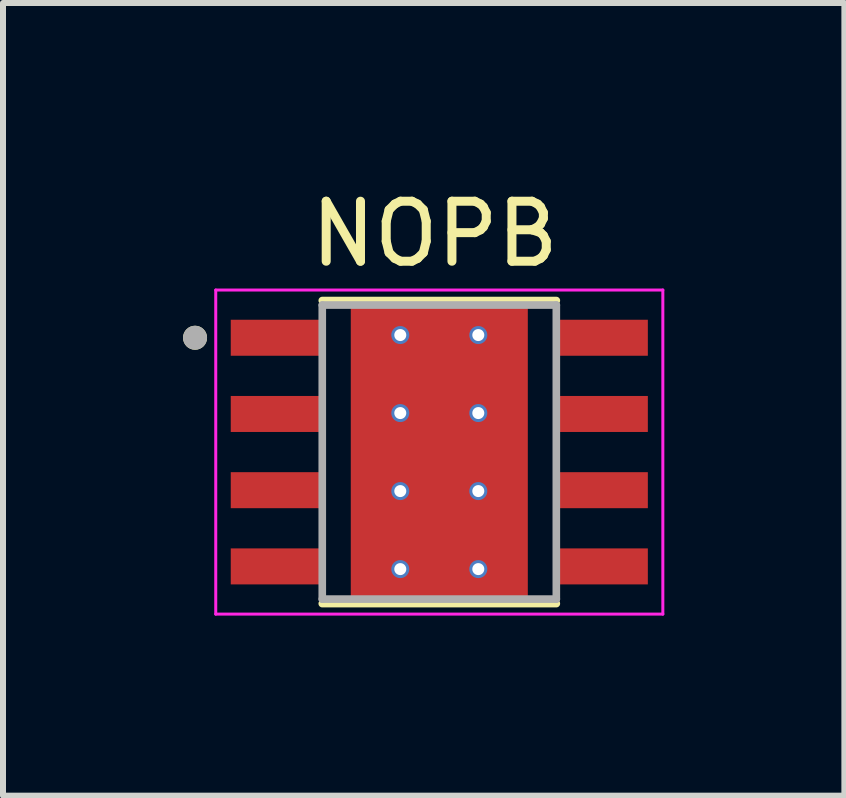
<source format=kicad_pcb>
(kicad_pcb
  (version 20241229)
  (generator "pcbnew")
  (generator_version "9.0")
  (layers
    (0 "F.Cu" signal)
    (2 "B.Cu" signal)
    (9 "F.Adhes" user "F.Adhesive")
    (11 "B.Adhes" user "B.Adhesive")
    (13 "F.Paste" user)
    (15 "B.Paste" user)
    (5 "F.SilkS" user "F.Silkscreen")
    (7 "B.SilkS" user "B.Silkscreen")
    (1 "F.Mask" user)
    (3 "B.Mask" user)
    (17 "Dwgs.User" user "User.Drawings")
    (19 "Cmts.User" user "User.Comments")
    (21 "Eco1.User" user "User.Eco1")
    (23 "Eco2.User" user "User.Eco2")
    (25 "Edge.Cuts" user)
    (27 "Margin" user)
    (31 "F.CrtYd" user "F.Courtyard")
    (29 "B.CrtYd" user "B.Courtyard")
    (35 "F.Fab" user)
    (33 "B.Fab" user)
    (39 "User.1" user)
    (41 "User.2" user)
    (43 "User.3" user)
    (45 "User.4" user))
  (footprint "NOPB"
    (layer "F.Cu")
    (at 4.27 4.483)
    (property "Reference" "NOPB" (at -0.075 -3.635 0) (layer "F.SilkS") (effects (font (size 1 1) (thickness 0.15))))
    (attr through_hole)
    (fp_poly (pts (xy -1.355 -1.7) (xy 1.355 -1.7) (xy 1.355 1.7) (xy -1.355 1.7)) (stroke (width 0.01) (type solid)) (fill yes) (layer "F.Mask"))
    (fp_poly (pts (xy -1.905 -1.535) (xy -3.495 -1.535) (xy -3.498 -1.535) (xy -3.5 -1.535) (xy -3.503 -1.536) (xy -3.505 -1.536) (xy -3.508 -1.537) (xy -3.51 -1.537) (xy -3.513 -1.538) (xy -3.515 -1.539) (xy -3.518 -1.54) (xy -3.52 -1.542) (xy -3.522 -1.543) (xy -3.524 -1.545) (xy -3.526 -1.546) (xy -3.528 -1.548) (xy -3.53 -1.55) (xy -3.532 -1.552) (xy -3.534 -1.554) (xy -3.535 -1.556) (xy -3.537 -1.558) (xy -3.538 -1.56) (xy -3.54 -1.562) (xy -3.541 -1.565) (xy -3.542 -1.567) (xy -3.543 -1.57) (xy -3.543 -1.572) (xy -3.544 -1.575) (xy -3.544 -1.577) (xy -3.545 -1.58) (xy -3.545 -1.582) (xy -3.545 -1.585) (xy -3.545 -2.225) (xy -3.545 -2.228) (xy -3.545 -2.23) (xy -3.544 -2.233) (xy -3.544 -2.235) (xy -3.543 -2.238) (xy -3.543 -2.24) (xy -3.542 -2.243) (xy -3.541 -2.245) (xy -3.54 -2.248) (xy -3.538 -2.25) (xy -3.537 -2.252) (xy -3.535 -2.254) (xy -3.534 -2.256) (xy -3.532 -2.258) (xy -3.53 -2.26) (xy -3.528 -2.262) (xy -3.526 -2.264) (xy -3.524 -2.265) (xy -3.522 -2.267) (xy -3.52 -2.268) (xy -3.518 -2.27) (xy -3.515 -2.271) (xy -3.513 -2.272) (xy -3.51 -2.273) (xy -3.508 -2.273) (xy -3.505 -2.274) (xy -3.503 -2.274) (xy -3.5 -2.275) (xy -3.498 -2.275) (xy -3.495 -2.275) (xy -1.905 -2.275) (xy -1.902 -2.275) (xy -1.9 -2.275) (xy -1.897 -2.274) (xy -1.895 -2.274) (xy -1.892 -2.273) (xy -1.89 -2.273) (xy -1.887 -2.272) (xy -1.885 -2.271) (xy -1.882 -2.27) (xy -1.88 -2.268) (xy -1.878 -2.267) (xy -1.876 -2.265) (xy -1.874 -2.264) (xy -1.872 -2.262) (xy -1.87 -2.26) (xy -1.868 -2.258) (xy -1.866 -2.256) (xy -1.865 -2.254) (xy -1.863 -2.252) (xy -1.862 -2.25) (xy -1.86 -2.248) (xy -1.859 -2.245) (xy -1.858 -2.243) (xy -1.857 -2.24) (xy -1.857 -2.238) (xy -1.856 -2.235) (xy -1.856 -2.233) (xy -1.855 -2.23) (xy -1.855 -2.228) (xy -1.855 -2.225) (xy -1.855 -1.585) (xy -1.855 -1.582) (xy -1.855 -1.58) (xy -1.856 -1.577) (xy -1.856 -1.575) (xy -1.857 -1.572) (xy -1.857 -1.57) (xy -1.858 -1.567) (xy -1.859 -1.565) (xy -1.86 -1.562) (xy -1.862 -1.56) (xy -1.863 -1.558) (xy -1.865 -1.556) (xy -1.866 -1.554) (xy -1.868 -1.552) (xy -1.87 -1.55) (xy -1.872 -1.548) (xy -1.874 -1.546) (xy -1.876 -1.545) (xy -1.878 -1.543) (xy -1.88 -1.542) (xy -1.882 -1.54) (xy -1.885 -1.539) (xy -1.887 -1.538) (xy -1.89 -1.537) (xy -1.892 -1.537) (xy -1.895 -1.536) (xy -1.897 -1.536) (xy -1.9 -1.535) (xy -1.902 -1.535) (xy -1.905 -1.535)) (stroke (width 0.01) (type solid)) (fill yes) (layer "F.Mask"))
    (fp_poly (pts (xy -1.905 -0.265) (xy -3.495 -0.265) (xy -3.498 -0.265) (xy -3.5 -0.265) (xy -3.503 -0.266) (xy -3.505 -0.266) (xy -3.508 -0.267) (xy -3.51 -0.267) (xy -3.513 -0.268) (xy -3.515 -0.269) (xy -3.518 -0.27) (xy -3.52 -0.272) (xy -3.522 -0.273) (xy -3.524 -0.275) (xy -3.526 -0.276) (xy -3.528 -0.278) (xy -3.53 -0.28) (xy -3.532 -0.282) (xy -3.534 -0.284) (xy -3.535 -0.286) (xy -3.537 -0.288) (xy -3.538 -0.29) (xy -3.54 -0.292) (xy -3.541 -0.295) (xy -3.542 -0.297) (xy -3.543 -0.3) (xy -3.543 -0.302) (xy -3.544 -0.305) (xy -3.544 -0.307) (xy -3.545 -0.31) (xy -3.545 -0.312) (xy -3.545 -0.315) (xy -3.545 -0.955) (xy -3.545 -0.958) (xy -3.545 -0.96) (xy -3.544 -0.963) (xy -3.544 -0.965) (xy -3.543 -0.968) (xy -3.543 -0.97) (xy -3.542 -0.973) (xy -3.541 -0.975) (xy -3.54 -0.978) (xy -3.538 -0.98) (xy -3.537 -0.982) (xy -3.535 -0.984) (xy -3.534 -0.986) (xy -3.532 -0.988) (xy -3.53 -0.99) (xy -3.528 -0.992) (xy -3.526 -0.994) (xy -3.524 -0.995) (xy -3.522 -0.997) (xy -3.52 -0.998) (xy -3.518 -1) (xy -3.515 -1.001) (xy -3.513 -1.002) (xy -3.51 -1.003) (xy -3.508 -1.003) (xy -3.505 -1.004) (xy -3.503 -1.004) (xy -3.5 -1.005) (xy -3.498 -1.005) (xy -3.495 -1.005) (xy -1.905 -1.005) (xy -1.902 -1.005) (xy -1.9 -1.005) (xy -1.897 -1.004) (xy -1.895 -1.004) (xy -1.892 -1.003) (xy -1.89 -1.003) (xy -1.887 -1.002) (xy -1.885 -1.001) (xy -1.882 -1) (xy -1.88 -0.998) (xy -1.878 -0.997) (xy -1.876 -0.995) (xy -1.874 -0.994) (xy -1.872 -0.992) (xy -1.87 -0.99) (xy -1.868 -0.988) (xy -1.866 -0.986) (xy -1.865 -0.984) (xy -1.863 -0.982) (xy -1.862 -0.98) (xy -1.86 -0.978) (xy -1.859 -0.975) (xy -1.858 -0.973) (xy -1.857 -0.97) (xy -1.857 -0.968) (xy -1.856 -0.965) (xy -1.856 -0.963) (xy -1.855 -0.96) (xy -1.855 -0.958) (xy -1.855 -0.955) (xy -1.855 -0.315) (xy -1.855 -0.312) (xy -1.855 -0.31) (xy -1.856 -0.307) (xy -1.856 -0.305) (xy -1.857 -0.302) (xy -1.857 -0.3) (xy -1.858 -0.297) (xy -1.859 -0.295) (xy -1.86 -0.292) (xy -1.862 -0.29) (xy -1.863 -0.288) (xy -1.865 -0.286) (xy -1.866 -0.284) (xy -1.868 -0.282) (xy -1.87 -0.28) (xy -1.872 -0.278) (xy -1.874 -0.276) (xy -1.876 -0.275) (xy -1.878 -0.273) (xy -1.88 -0.272) (xy -1.882 -0.27) (xy -1.885 -0.269) (xy -1.887 -0.268) (xy -1.89 -0.267) (xy -1.892 -0.267) (xy -1.895 -0.266) (xy -1.897 -0.266) (xy -1.9 -0.265) (xy -1.902 -0.265) (xy -1.905 -0.265)) (stroke (width 0.01) (type solid)) (fill yes) (layer "F.Mask"))
    (fp_poly (pts (xy -1.905 1.005) (xy -3.495 1.005) (xy -3.498 1.005) (xy -3.5 1.005) (xy -3.503 1.004) (xy -3.505 1.004) (xy -3.508 1.003) (xy -3.51 1.003) (xy -3.513 1.002) (xy -3.515 1.001) (xy -3.518 1) (xy -3.52 0.998) (xy -3.522 0.997) (xy -3.524 0.995) (xy -3.526 0.994) (xy -3.528 0.992) (xy -3.53 0.99) (xy -3.532 0.988) (xy -3.534 0.986) (xy -3.535 0.984) (xy -3.537 0.982) (xy -3.538 0.98) (xy -3.54 0.978) (xy -3.541 0.975) (xy -3.542 0.973) (xy -3.543 0.97) (xy -3.543 0.968) (xy -3.544 0.965) (xy -3.544 0.963) (xy -3.545 0.96) (xy -3.545 0.958) (xy -3.545 0.955) (xy -3.545 0.315) (xy -3.545 0.312) (xy -3.545 0.31) (xy -3.544 0.307) (xy -3.544 0.305) (xy -3.543 0.302) (xy -3.543 0.3) (xy -3.542 0.297) (xy -3.541 0.295) (xy -3.54 0.292) (xy -3.538 0.29) (xy -3.537 0.288) (xy -3.535 0.286) (xy -3.534 0.284) (xy -3.532 0.282) (xy -3.53 0.28) (xy -3.528 0.278) (xy -3.526 0.276) (xy -3.524 0.275) (xy -3.522 0.273) (xy -3.52 0.272) (xy -3.518 0.27) (xy -3.515 0.269) (xy -3.513 0.268) (xy -3.51 0.267) (xy -3.508 0.267) (xy -3.505 0.266) (xy -3.503 0.266) (xy -3.5 0.265) (xy -3.498 0.265) (xy -3.495 0.265) (xy -1.905 0.265) (xy -1.902 0.265) (xy -1.9 0.265) (xy -1.897 0.266) (xy -1.895 0.266) (xy -1.892 0.267) (xy -1.89 0.267) (xy -1.887 0.268) (xy -1.885 0.269) (xy -1.882 0.27) (xy -1.88 0.272) (xy -1.878 0.273) (xy -1.876 0.275) (xy -1.874 0.276) (xy -1.872 0.278) (xy -1.87 0.28) (xy -1.868 0.282) (xy -1.866 0.284) (xy -1.865 0.286) (xy -1.863 0.288) (xy -1.862 0.29) (xy -1.86 0.292) (xy -1.859 0.295) (xy -1.858 0.297) (xy -1.857 0.3) (xy -1.857 0.302) (xy -1.856 0.305) (xy -1.856 0.307) (xy -1.855 0.31) (xy -1.855 0.312) (xy -1.855 0.315) (xy -1.855 0.955) (xy -1.855 0.958) (xy -1.855 0.96) (xy -1.856 0.963) (xy -1.856 0.965) (xy -1.857 0.968) (xy -1.857 0.97) (xy -1.858 0.973) (xy -1.859 0.975) (xy -1.86 0.978) (xy -1.862 0.98) (xy -1.863 0.982) (xy -1.865 0.984) (xy -1.866 0.986) (xy -1.868 0.988) (xy -1.87 0.99) (xy -1.872 0.992) (xy -1.874 0.994) (xy -1.876 0.995) (xy -1.878 0.997) (xy -1.88 0.998) (xy -1.882 1) (xy -1.885 1.001) (xy -1.887 1.002) (xy -1.89 1.003) (xy -1.892 1.003) (xy -1.895 1.004) (xy -1.897 1.004) (xy -1.9 1.005) (xy -1.902 1.005) (xy -1.905 1.005)) (stroke (width 0.01) (type solid)) (fill yes) (layer "F.Mask"))
    (fp_poly (pts (xy -1.905 2.275) (xy -3.495 2.275) (xy -3.498 2.275) (xy -3.5 2.275) (xy -3.503 2.274) (xy -3.505 2.274) (xy -3.508 2.273) (xy -3.51 2.273) (xy -3.513 2.272) (xy -3.515 2.271) (xy -3.518 2.27) (xy -3.52 2.268) (xy -3.522 2.267) (xy -3.524 2.265) (xy -3.526 2.264) (xy -3.528 2.262) (xy -3.53 2.26) (xy -3.532 2.258) (xy -3.534 2.256) (xy -3.535 2.254) (xy -3.537 2.252) (xy -3.538 2.25) (xy -3.54 2.248) (xy -3.541 2.245) (xy -3.542 2.243) (xy -3.543 2.24) (xy -3.543 2.238) (xy -3.544 2.235) (xy -3.544 2.233) (xy -3.545 2.23) (xy -3.545 2.228) (xy -3.545 2.225) (xy -3.545 1.585) (xy -3.545 1.582) (xy -3.545 1.58) (xy -3.544 1.577) (xy -3.544 1.575) (xy -3.543 1.572) (xy -3.543 1.57) (xy -3.542 1.567) (xy -3.541 1.565) (xy -3.54 1.562) (xy -3.538 1.56) (xy -3.537 1.558) (xy -3.535 1.556) (xy -3.534 1.554) (xy -3.532 1.552) (xy -3.53 1.55) (xy -3.528 1.548) (xy -3.526 1.546) (xy -3.524 1.545) (xy -3.522 1.543) (xy -3.52 1.542) (xy -3.518 1.54) (xy -3.515 1.539) (xy -3.513 1.538) (xy -3.51 1.537) (xy -3.508 1.537) (xy -3.505 1.536) (xy -3.503 1.536) (xy -3.5 1.535) (xy -3.498 1.535) (xy -3.495 1.535) (xy -1.905 1.535) (xy -1.902 1.535) (xy -1.9 1.535) (xy -1.897 1.536) (xy -1.895 1.536) (xy -1.892 1.537) (xy -1.89 1.537) (xy -1.887 1.538) (xy -1.885 1.539) (xy -1.882 1.54) (xy -1.88 1.542) (xy -1.878 1.543) (xy -1.876 1.545) (xy -1.874 1.546) (xy -1.872 1.548) (xy -1.87 1.55) (xy -1.868 1.552) (xy -1.866 1.554) (xy -1.865 1.556) (xy -1.863 1.558) (xy -1.862 1.56) (xy -1.86 1.562) (xy -1.859 1.565) (xy -1.858 1.567) (xy -1.857 1.57) (xy -1.857 1.572) (xy -1.856 1.575) (xy -1.856 1.577) (xy -1.855 1.58) (xy -1.855 1.582) (xy -1.855 1.585) (xy -1.855 2.225) (xy -1.855 2.228) (xy -1.855 2.23) (xy -1.856 2.233) (xy -1.856 2.235) (xy -1.857 2.238) (xy -1.857 2.24) (xy -1.858 2.243) (xy -1.859 2.245) (xy -1.86 2.248) (xy -1.862 2.25) (xy -1.863 2.252) (xy -1.865 2.254) (xy -1.866 2.256) (xy -1.868 2.258) (xy -1.87 2.26) (xy -1.872 2.262) (xy -1.874 2.264) (xy -1.876 2.265) (xy -1.878 2.267) (xy -1.88 2.268) (xy -1.882 2.27) (xy -1.885 2.271) (xy -1.887 2.272) (xy -1.89 2.273) (xy -1.892 2.273) (xy -1.895 2.274) (xy -1.897 2.274) (xy -1.9 2.275) (xy -1.902 2.275) (xy -1.905 2.275)) (stroke (width 0.01) (type solid)) (fill yes) (layer "F.Mask"))
    (fp_poly (pts (xy 3.495 -1.535) (xy 1.905 -1.535) (xy 1.902 -1.535) (xy 1.9 -1.535) (xy 1.897 -1.536) (xy 1.895 -1.536) (xy 1.892 -1.537) (xy 1.89 -1.537) (xy 1.887 -1.538) (xy 1.885 -1.539) (xy 1.882 -1.54) (xy 1.88 -1.542) (xy 1.878 -1.543) (xy 1.876 -1.545) (xy 1.874 -1.546) (xy 1.872 -1.548) (xy 1.87 -1.55) (xy 1.868 -1.552) (xy 1.866 -1.554) (xy 1.865 -1.556) (xy 1.863 -1.558) (xy 1.862 -1.56) (xy 1.86 -1.562) (xy 1.859 -1.565) (xy 1.858 -1.567) (xy 1.857 -1.57) (xy 1.857 -1.572) (xy 1.856 -1.575) (xy 1.856 -1.577) (xy 1.855 -1.58) (xy 1.855 -1.582) (xy 1.855 -1.585) (xy 1.855 -2.225) (xy 1.855 -2.228) (xy 1.855 -2.23) (xy 1.856 -2.233) (xy 1.856 -2.235) (xy 1.857 -2.238) (xy 1.857 -2.24) (xy 1.858 -2.243) (xy 1.859 -2.245) (xy 1.86 -2.248) (xy 1.862 -2.25) (xy 1.863 -2.252) (xy 1.865 -2.254) (xy 1.866 -2.256) (xy 1.868 -2.258) (xy 1.87 -2.26) (xy 1.872 -2.262) (xy 1.874 -2.264) (xy 1.876 -2.265) (xy 1.878 -2.267) (xy 1.88 -2.268) (xy 1.882 -2.27) (xy 1.885 -2.271) (xy 1.887 -2.272) (xy 1.89 -2.273) (xy 1.892 -2.273) (xy 1.895 -2.274) (xy 1.897 -2.274) (xy 1.9 -2.275) (xy 1.902 -2.275) (xy 1.905 -2.275) (xy 3.495 -2.275) (xy 3.498 -2.275) (xy 3.5 -2.275) (xy 3.503 -2.274) (xy 3.505 -2.274) (xy 3.508 -2.273) (xy 3.51 -2.273) (xy 3.513 -2.272) (xy 3.515 -2.271) (xy 3.518 -2.27) (xy 3.52 -2.268) (xy 3.522 -2.267) (xy 3.524 -2.265) (xy 3.526 -2.264) (xy 3.528 -2.262) (xy 3.53 -2.26) (xy 3.532 -2.258) (xy 3.534 -2.256) (xy 3.535 -2.254) (xy 3.537 -2.252) (xy 3.538 -2.25) (xy 3.54 -2.248) (xy 3.541 -2.245) (xy 3.542 -2.243) (xy 3.543 -2.24) (xy 3.543 -2.238) (xy 3.544 -2.235) (xy 3.544 -2.233) (xy 3.545 -2.23) (xy 3.545 -2.228) (xy 3.545 -2.225) (xy 3.545 -1.585) (xy 3.545 -1.582) (xy 3.545 -1.58) (xy 3.544 -1.577) (xy 3.544 -1.575) (xy 3.543 -1.572) (xy 3.543 -1.57) (xy 3.542 -1.567) (xy 3.541 -1.565) (xy 3.54 -1.562) (xy 3.538 -1.56) (xy 3.537 -1.558) (xy 3.535 -1.556) (xy 3.534 -1.554) (xy 3.532 -1.552) (xy 3.53 -1.55) (xy 3.528 -1.548) (xy 3.526 -1.546) (xy 3.524 -1.545) (xy 3.522 -1.543) (xy 3.52 -1.542) (xy 3.518 -1.54) (xy 3.515 -1.539) (xy 3.513 -1.538) (xy 3.51 -1.537) (xy 3.508 -1.537) (xy 3.505 -1.536) (xy 3.503 -1.536) (xy 3.5 -1.535) (xy 3.498 -1.535) (xy 3.495 -1.535)) (stroke (width 0.01) (type solid)) (fill yes) (layer "F.Mask"))
    (fp_poly (pts (xy 3.495 -0.265) (xy 1.905 -0.265) (xy 1.902 -0.265) (xy 1.9 -0.265) (xy 1.897 -0.266) (xy 1.895 -0.266) (xy 1.892 -0.267) (xy 1.89 -0.267) (xy 1.887 -0.268) (xy 1.885 -0.269) (xy 1.882 -0.27) (xy 1.88 -0.272) (xy 1.878 -0.273) (xy 1.876 -0.275) (xy 1.874 -0.276) (xy 1.872 -0.278) (xy 1.87 -0.28) (xy 1.868 -0.282) (xy 1.866 -0.284) (xy 1.865 -0.286) (xy 1.863 -0.288) (xy 1.862 -0.29) (xy 1.86 -0.292) (xy 1.859 -0.295) (xy 1.858 -0.297) (xy 1.857 -0.3) (xy 1.857 -0.302) (xy 1.856 -0.305) (xy 1.856 -0.307) (xy 1.855 -0.31) (xy 1.855 -0.312) (xy 1.855 -0.315) (xy 1.855 -0.955) (xy 1.855 -0.958) (xy 1.855 -0.96) (xy 1.856 -0.963) (xy 1.856 -0.965) (xy 1.857 -0.968) (xy 1.857 -0.97) (xy 1.858 -0.973) (xy 1.859 -0.975) (xy 1.86 -0.978) (xy 1.862 -0.98) (xy 1.863 -0.982) (xy 1.865 -0.984) (xy 1.866 -0.986) (xy 1.868 -0.988) (xy 1.87 -0.99) (xy 1.872 -0.992) (xy 1.874 -0.994) (xy 1.876 -0.995) (xy 1.878 -0.997) (xy 1.88 -0.998) (xy 1.882 -1) (xy 1.885 -1.001) (xy 1.887 -1.002) (xy 1.89 -1.003) (xy 1.892 -1.003) (xy 1.895 -1.004) (xy 1.897 -1.004) (xy 1.9 -1.005) (xy 1.902 -1.005) (xy 1.905 -1.005) (xy 3.495 -1.005) (xy 3.498 -1.005) (xy 3.5 -1.005) (xy 3.503 -1.004) (xy 3.505 -1.004) (xy 3.508 -1.003) (xy 3.51 -1.003) (xy 3.513 -1.002) (xy 3.515 -1.001) (xy 3.518 -1) (xy 3.52 -0.998) (xy 3.522 -0.997) (xy 3.524 -0.995) (xy 3.526 -0.994) (xy 3.528 -0.992) (xy 3.53 -0.99) (xy 3.532 -0.988) (xy 3.534 -0.986) (xy 3.535 -0.984) (xy 3.537 -0.982) (xy 3.538 -0.98) (xy 3.54 -0.978) (xy 3.541 -0.975) (xy 3.542 -0.973) (xy 3.543 -0.97) (xy 3.543 -0.968) (xy 3.544 -0.965) (xy 3.544 -0.963) (xy 3.545 -0.96) (xy 3.545 -0.958) (xy 3.545 -0.955) (xy 3.545 -0.315) (xy 3.545 -0.312) (xy 3.545 -0.31) (xy 3.544 -0.307) (xy 3.544 -0.305) (xy 3.543 -0.302) (xy 3.543 -0.3) (xy 3.542 -0.297) (xy 3.541 -0.295) (xy 3.54 -0.292) (xy 3.538 -0.29) (xy 3.537 -0.288) (xy 3.535 -0.286) (xy 3.534 -0.284) (xy 3.532 -0.282) (xy 3.53 -0.28) (xy 3.528 -0.278) (xy 3.526 -0.276) (xy 3.524 -0.275) (xy 3.522 -0.273) (xy 3.52 -0.272) (xy 3.518 -0.27) (xy 3.515 -0.269) (xy 3.513 -0.268) (xy 3.51 -0.267) (xy 3.508 -0.267) (xy 3.505 -0.266) (xy 3.503 -0.266) (xy 3.5 -0.265) (xy 3.498 -0.265) (xy 3.495 -0.265)) (stroke (width 0.01) (type solid)) (fill yes) (layer "F.Mask"))
    (fp_poly (pts (xy 3.495 1.005) (xy 1.905 1.005) (xy 1.902 1.005) (xy 1.9 1.005) (xy 1.897 1.004) (xy 1.895 1.004) (xy 1.892 1.003) (xy 1.89 1.003) (xy 1.887 1.002) (xy 1.885 1.001) (xy 1.882 1) (xy 1.88 0.998) (xy 1.878 0.997) (xy 1.876 0.995) (xy 1.874 0.994) (xy 1.872 0.992) (xy 1.87 0.99) (xy 1.868 0.988) (xy 1.866 0.986) (xy 1.865 0.984) (xy 1.863 0.982) (xy 1.862 0.98) (xy 1.86 0.978) (xy 1.859 0.975) (xy 1.858 0.973) (xy 1.857 0.97) (xy 1.857 0.968) (xy 1.856 0.965) (xy 1.856 0.963) (xy 1.855 0.96) (xy 1.855 0.958) (xy 1.855 0.955) (xy 1.855 0.315) (xy 1.855 0.312) (xy 1.855 0.31) (xy 1.856 0.307) (xy 1.856 0.305) (xy 1.857 0.302) (xy 1.857 0.3) (xy 1.858 0.297) (xy 1.859 0.295) (xy 1.86 0.292) (xy 1.862 0.29) (xy 1.863 0.288) (xy 1.865 0.286) (xy 1.866 0.284) (xy 1.868 0.282) (xy 1.87 0.28) (xy 1.872 0.278) (xy 1.874 0.276) (xy 1.876 0.275) (xy 1.878 0.273) (xy 1.88 0.272) (xy 1.882 0.27) (xy 1.885 0.269) (xy 1.887 0.268) (xy 1.89 0.267) (xy 1.892 0.267) (xy 1.895 0.266) (xy 1.897 0.266) (xy 1.9 0.265) (xy 1.902 0.265) (xy 1.905 0.265) (xy 3.495 0.265) (xy 3.498 0.265) (xy 3.5 0.265) (xy 3.503 0.266) (xy 3.505 0.266) (xy 3.508 0.267) (xy 3.51 0.267) (xy 3.513 0.268) (xy 3.515 0.269) (xy 3.518 0.27) (xy 3.52 0.272) (xy 3.522 0.273) (xy 3.524 0.275) (xy 3.526 0.276) (xy 3.528 0.278) (xy 3.53 0.28) (xy 3.532 0.282) (xy 3.534 0.284) (xy 3.535 0.286) (xy 3.537 0.288) (xy 3.538 0.29) (xy 3.54 0.292) (xy 3.541 0.295) (xy 3.542 0.297) (xy 3.543 0.3) (xy 3.543 0.302) (xy 3.544 0.305) (xy 3.544 0.307) (xy 3.545 0.31) (xy 3.545 0.312) (xy 3.545 0.315) (xy 3.545 0.955) (xy 3.545 0.958) (xy 3.545 0.96) (xy 3.544 0.963) (xy 3.544 0.965) (xy 3.543 0.968) (xy 3.543 0.97) (xy 3.542 0.973) (xy 3.541 0.975) (xy 3.54 0.978) (xy 3.538 0.98) (xy 3.537 0.982) (xy 3.535 0.984) (xy 3.534 0.986) (xy 3.532 0.988) (xy 3.53 0.99) (xy 3.528 0.992) (xy 3.526 0.994) (xy 3.524 0.995) (xy 3.522 0.997) (xy 3.52 0.998) (xy 3.518 1) (xy 3.515 1.001) (xy 3.513 1.002) (xy 3.51 1.003) (xy 3.508 1.003) (xy 3.505 1.004) (xy 3.503 1.004) (xy 3.5 1.005) (xy 3.498 1.005) (xy 3.495 1.005)) (stroke (width 0.01) (type solid)) (fill yes) (layer "F.Mask"))
    (fp_poly (pts (xy 3.495 2.275) (xy 1.905 2.275) (xy 1.902 2.275) (xy 1.9 2.275) (xy 1.897 2.274) (xy 1.895 2.274) (xy 1.892 2.273) (xy 1.89 2.273) (xy 1.887 2.272) (xy 1.885 2.271) (xy 1.882 2.27) (xy 1.88 2.268) (xy 1.878 2.267) (xy 1.876 2.265) (xy 1.874 2.264) (xy 1.872 2.262) (xy 1.87 2.26) (xy 1.868 2.258) (xy 1.866 2.256) (xy 1.865 2.254) (xy 1.863 2.252) (xy 1.862 2.25) (xy 1.86 2.248) (xy 1.859 2.245) (xy 1.858 2.243) (xy 1.857 2.24) (xy 1.857 2.238) (xy 1.856 2.235) (xy 1.856 2.233) (xy 1.855 2.23) (xy 1.855 2.228) (xy 1.855 2.225) (xy 1.855 1.585) (xy 1.855 1.582) (xy 1.855 1.58) (xy 1.856 1.577) (xy 1.856 1.575) (xy 1.857 1.572) (xy 1.857 1.57) (xy 1.858 1.567) (xy 1.859 1.565) (xy 1.86 1.562) (xy 1.862 1.56) (xy 1.863 1.558) (xy 1.865 1.556) (xy 1.866 1.554) (xy 1.868 1.552) (xy 1.87 1.55) (xy 1.872 1.548) (xy 1.874 1.546) (xy 1.876 1.545) (xy 1.878 1.543) (xy 1.88 1.542) (xy 1.882 1.54) (xy 1.885 1.539) (xy 1.887 1.538) (xy 1.89 1.537) (xy 1.892 1.537) (xy 1.895 1.536) (xy 1.897 1.536) (xy 1.9 1.535) (xy 1.902 1.535) (xy 1.905 1.535) (xy 3.495 1.535) (xy 3.498 1.535) (xy 3.5 1.535) (xy 3.503 1.536) (xy 3.505 1.536) (xy 3.508 1.537) (xy 3.51 1.537) (xy 3.513 1.538) (xy 3.515 1.539) (xy 3.518 1.54) (xy 3.52 1.542) (xy 3.522 1.543) (xy 3.524 1.545) (xy 3.526 1.546) (xy 3.528 1.548) (xy 3.53 1.55) (xy 3.532 1.552) (xy 3.534 1.554) (xy 3.535 1.556) (xy 3.537 1.558) (xy 3.538 1.56) (xy 3.54 1.562) (xy 3.541 1.565) (xy 3.542 1.567) (xy 3.543 1.57) (xy 3.543 1.572) (xy 3.544 1.575) (xy 3.544 1.577) (xy 3.545 1.58) (xy 3.545 1.582) (xy 3.545 1.585) (xy 3.545 2.225) (xy 3.545 2.228) (xy 3.545 2.23) (xy 3.544 2.233) (xy 3.544 2.235) (xy 3.543 2.238) (xy 3.543 2.24) (xy 3.542 2.243) (xy 3.541 2.245) (xy 3.54 2.248) (xy 3.538 2.25) (xy 3.537 2.252) (xy 3.535 2.254) (xy 3.534 2.256) (xy 3.532 2.258) (xy 3.53 2.26) (xy 3.528 2.262) (xy 3.526 2.264) (xy 3.524 2.265) (xy 3.522 2.267) (xy 3.52 2.268) (xy 3.518 2.27) (xy 3.515 2.271) (xy 3.513 2.272) (xy 3.51 2.273) (xy 3.508 2.273) (xy 3.505 2.274) (xy 3.503 2.274) (xy 3.5 2.275) (xy 3.498 2.275) (xy 3.495 2.275)) (stroke (width 0.01) (type solid)) (fill yes) (layer "F.Mask"))
    (fp_line (start -1.95 -2.525) (end 1.95 -2.525) (stroke (width 0.127) (type solid)) (layer "F.SilkS"))
    (fp_line (start -1.95 2.525) (end 1.95 2.525) (stroke (width 0.127) (type solid)) (layer "F.SilkS"))
    (fp_circle (center -4.07 -1.905) (end -3.97 -1.905) (stroke (width 0.2) (type solid)) (fill no) (layer "F.SilkS"))
    (fp_poly (pts (xy -1.355 -1.7) (xy 1.355 -1.7) (xy 1.355 1.7) (xy -1.355 1.7)) (stroke (width 0.01) (type solid)) (fill yes) (layer "F.Paste"))
    (fp_line (start -3.725 -2.7) (end -3.725 2.7) (stroke (width 0.05) (type solid)) (layer "F.CrtYd"))
    (fp_line (start -3.725 -2.7) (end 3.725 -2.7) (stroke (width 0.05) (type solid)) (layer "F.CrtYd"))
    (fp_line (start -3.725 2.7) (end 3.725 2.7) (stroke (width 0.05) (type solid)) (layer "F.CrtYd"))
    (fp_line (start 3.725 -2.7) (end 3.725 2.7) (stroke (width 0.05) (type solid)) (layer "F.CrtYd"))
    (fp_line (start -1.95 -2.45) (end -1.95 2.45) (stroke (width 0.127) (type solid)) (layer "F.Fab"))
    (fp_line (start -1.95 -2.45) (end 1.95 -2.45) (stroke (width 0.127) (type solid)) (layer "F.Fab"))
    (fp_line (start -1.95 2.45) (end 1.95 2.45) (stroke (width 0.127) (type solid)) (layer "F.Fab"))
    (fp_line (start 1.95 -2.45) (end 1.95 2.45) (stroke (width 0.127) (type solid)) (layer "F.Fab"))
    (fp_circle (center -4.07 -1.905) (end -3.97 -1.905) (stroke (width 0.2) (type solid)) (fill no) (layer "F.Fab"))
    (pad "1" smd rect (at -2.7 -1.905) (size 1.55 0.6) (layers "F.Cu" "F.Paste"))
    (pad "2" smd rect (at -2.7 -0.635) (size 1.55 0.6) (layers "F.Cu" "F.Paste"))
    (pad "3" smd rect (at -2.7 0.635) (size 1.55 0.6) (layers "F.Cu" "F.Paste"))
    (pad "4" smd rect (at -2.7 1.905) (size 1.55 0.6) (layers "F.Cu" "F.Paste"))
    (pad "5" smd rect (at 2.7 1.905) (size 1.55 0.6) (layers "F.Cu" "F.Paste"))
    (pad "6" smd rect (at 2.7 0.635) (size 1.55 0.6) (layers "F.Cu" "F.Paste"))
    (pad "7" smd rect (at 2.7 -0.635) (size 1.55 0.6) (layers "F.Cu" "F.Paste"))
    (pad "8" smd rect (at 2.7 -1.905) (size 1.55 0.6) (layers "F.Cu" "F.Paste"))
    (pad "9" thru_hole circle (at -0.65 -1.95) (size 0.3 0.3) (drill 0.2) (layers "*.Cu" "*.Mask"))
    (pad "9" thru_hole circle (at -0.65 -0.65) (size 0.3 0.3) (drill 0.2) (layers "*.Cu" "*.Mask"))
    (pad "9" thru_hole circle (at -0.65 0.65) (size 0.3 0.3) (drill 0.2) (layers "*.Cu" "*.Mask"))
    (pad "9" thru_hole circle (at -0.65 1.95) (size 0.3 0.3) (drill 0.2) (layers "*.Cu" "*.Mask"))
    (pad "9" smd rect (at 0 0) (size 2.95 4.9) (layers "F.Cu"))
    (pad "9" thru_hole circle (at 0.65 -1.95) (size 0.3 0.3) (drill 0.2) (layers "*.Cu" "*.Mask"))
    (pad "9" thru_hole circle (at 0.65 -0.65) (size 0.3 0.3) (drill 0.2) (layers "*.Cu" "*.Mask"))
    (pad "9" thru_hole circle (at 0.65 0.65) (size 0.3 0.3) (drill 0.2) (layers "*.Cu" "*.Mask"))
    (pad "9" thru_hole circle (at 0.65 1.95) (size 0.3 0.3) (drill 0.2) (layers "*.Cu" "*.Mask")))
  (gr_rect
    (start -3 -3)
    (end 11.02 10.208)
    (stroke (width 0.1) (type default))
    (fill no)
    (layer "Edge.Cuts")))
</source>
